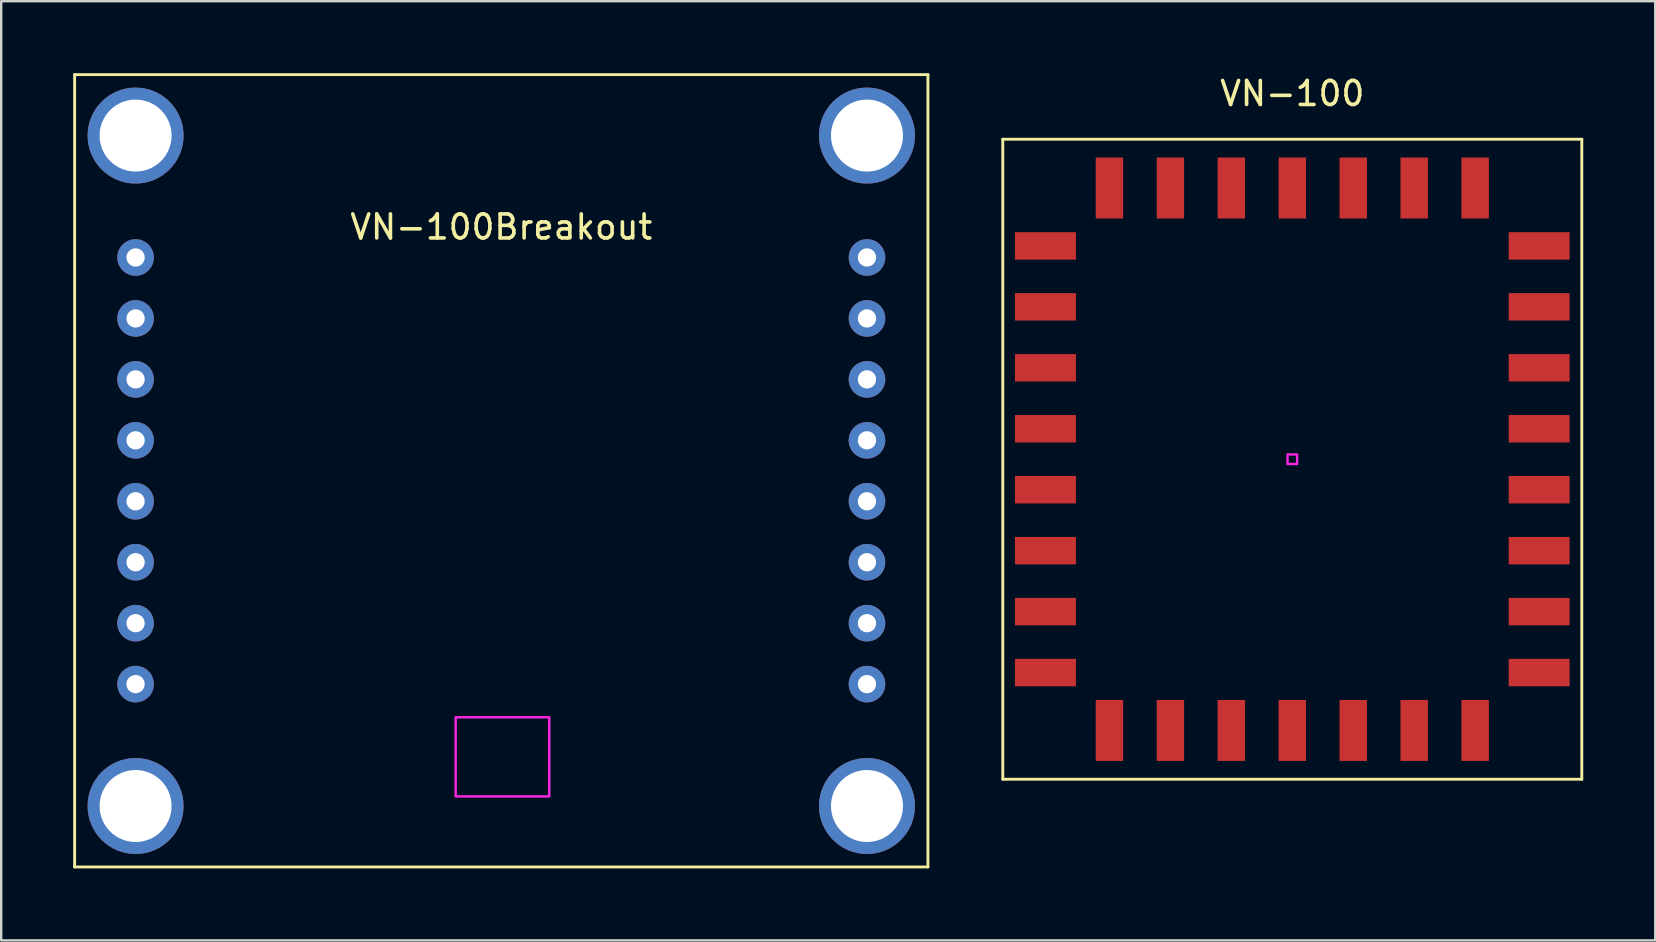
<source format=kicad_pcb>
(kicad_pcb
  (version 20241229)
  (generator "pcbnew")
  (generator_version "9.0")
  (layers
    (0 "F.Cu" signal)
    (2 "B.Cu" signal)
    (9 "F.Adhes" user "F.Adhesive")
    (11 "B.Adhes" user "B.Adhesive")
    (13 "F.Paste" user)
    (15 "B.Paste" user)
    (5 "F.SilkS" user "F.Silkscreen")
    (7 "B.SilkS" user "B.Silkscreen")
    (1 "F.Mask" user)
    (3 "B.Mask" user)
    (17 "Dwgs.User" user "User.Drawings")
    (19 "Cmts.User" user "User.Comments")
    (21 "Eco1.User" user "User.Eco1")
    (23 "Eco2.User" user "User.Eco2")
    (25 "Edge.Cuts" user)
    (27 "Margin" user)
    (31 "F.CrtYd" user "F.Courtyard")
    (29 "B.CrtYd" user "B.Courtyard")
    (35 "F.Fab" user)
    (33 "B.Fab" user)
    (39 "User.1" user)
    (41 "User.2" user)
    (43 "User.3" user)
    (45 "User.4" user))
  (footprint "VN-100Breakout"
    (layer "F.Cu")
    (at 17.84 17.84)
    (property "Reference" "VN-100Breakout" (at 0 -11.43 0) (layer "F.SilkS") (effects (font (size 1 1) (thickness 0.15))))
    (attr through_hole)
    (fp_line (start -17.78 -17.78) (end 17.78 -17.78) (stroke (width 0.12) (type solid)) (layer "F.SilkS"))
    (fp_line (start -17.78 15.24) (end -17.78 -17.78) (stroke (width 0.12) (type solid)) (layer "F.SilkS"))
    (fp_line (start 17.78 -17.78) (end 17.78 15.24) (stroke (width 0.12) (type solid)) (layer "F.SilkS"))
    (fp_line (start 17.78 15.24) (end -17.78 15.24) (stroke (width 0.12) (type solid)) (layer "F.SilkS"))
    (fp_poly (pts (xy 2 12.3) (xy -1.9 12.3) (xy -1.9 9) (xy 2 9)) (stroke (width 0.1) (type solid)) (fill no) (layer "F.CrtYd"))
    (pad "" thru_hole circle (at -15.24 -15.24) (size 4 4) (drill 3) (layers "*.Cu" "*.Mask"))
    (pad "" thru_hole circle (at -15.24 12.7) (size 4 4) (drill 3) (layers "*.Cu" "*.Mask"))
    (pad "" thru_hole circle (at 15.24 -15.24 180) (size 4 4) (drill 3) (layers "*.Cu" "*.Mask"))
    (pad "" thru_hole circle (at 15.24 12.7) (size 4 4) (drill 3) (layers "*.Cu" "*.Mask"))
    (pad "1" thru_hole circle (at -15.24 -10.16) (size 1.524 1.524) (drill 0.762) (layers "*.Cu" "*.Mask"))
    (pad "2" thru_hole circle (at -15.24 -7.62) (size 1.524 1.524) (drill 0.762) (layers "*.Cu" "*.Mask"))
    (pad "3" thru_hole circle (at -15.24 -5.08) (size 1.524 1.524) (drill 0.762) (layers "*.Cu" "*.Mask"))
    (pad "4" thru_hole circle (at -15.24 -2.54) (size 1.524 1.524) (drill 0.762) (layers "*.Cu" "*.Mask"))
    (pad "5" thru_hole circle (at -15.24 0) (size 1.524 1.524) (drill 0.762) (layers "*.Cu" "*.Mask"))
    (pad "6" thru_hole circle (at -15.24 2.54) (size 1.524 1.524) (drill 0.762) (layers "*.Cu" "*.Mask"))
    (pad "7" thru_hole circle (at -15.24 5.08) (size 1.524 1.524) (drill 0.762) (layers "*.Cu" "*.Mask"))
    (pad "8" thru_hole circle (at -15.24 7.62) (size 1.524 1.524) (drill 0.762) (layers "*.Cu" "*.Mask"))
    (pad "9" thru_hole circle (at 15.24 7.62) (size 1.524 1.524) (drill 0.762) (layers "*.Cu" "*.Mask"))
    (pad "10" thru_hole circle (at 15.24 5.08) (size 1.524 1.524) (drill 0.762) (layers "*.Cu" "*.Mask"))
    (pad "11" thru_hole circle (at 15.24 2.54) (size 1.524 1.524) (drill 0.762) (layers "*.Cu" "*.Mask"))
    (pad "12" thru_hole circle (at 15.24 0) (size 1.524 1.524) (drill 0.762) (layers "*.Cu" "*.Mask"))
    (pad "13" thru_hole circle (at 15.24 -2.54) (size 1.524 1.524) (drill 0.762) (layers "*.Cu" "*.Mask"))
    (pad "14" thru_hole circle (at 15.24 -5.08) (size 1.524 1.524) (drill 0.762) (layers "*.Cu" "*.Mask"))
    (pad "15" thru_hole circle (at 15.24 -7.62) (size 1.524 1.524) (drill 0.762) (layers "*.Cu" "*.Mask"))
    (pad "16" thru_hole circle (at 15.24 -10.16) (size 1.524 1.524) (drill 0.762) (layers "*.Cu" "*.Mask")))
  (footprint "VN-100"
    (layer "F.Cu")
    (at 50.805 16.088)
    (property "Reference" "VN-100" (at 0 -15.24 0) (layer "F.SilkS") (effects (font (size 1 1) (thickness 0.15))))
    (attr through_hole)
    (fp_line (start -12.065 -13.335) (end 12.065 -13.335) (stroke (width 0.12) (type solid)) (layer "F.SilkS"))
    (fp_line (start -12.065 13.335) (end -12.065 -13.335) (stroke (width 0.12) (type solid)) (layer "F.SilkS"))
    (fp_line (start 12.065 -13.335) (end 12.065 13.335) (stroke (width 0.12) (type solid)) (layer "F.SilkS"))
    (fp_line (start 12.065 13.335) (end -12.065 13.335) (stroke (width 0.12) (type solid)) (layer "F.SilkS"))
    (fp_poly (pts (xy 0.2 0.2) (xy -0.2 0.2) (xy -0.2 -0.2) (xy 0.2 -0.2)) (stroke (width 0.1) (type solid)) (fill no) (layer "F.CrtYd"))
    (pad "1" smd rect (at 10.287 8.89 90) (size 1.143 2.54) (layers "F.Cu" "F.Mask" "F.Paste"))
    (pad "2" smd rect (at 10.287 6.35 90) (size 1.143 2.54) (layers "F.Cu" "F.Mask" "F.Paste"))
    (pad "3" smd rect (at 10.287 3.81 90) (size 1.143 2.54) (layers "F.Cu" "F.Mask" "F.Paste"))
    (pad "4" smd rect (at 10.287 1.27 90) (size 1.143 2.54) (layers "F.Cu" "F.Mask" "F.Paste"))
    (pad "5" smd rect (at 10.287 -1.27 90) (size 1.143 2.54) (layers "F.Cu" "F.Mask" "F.Paste"))
    (pad "6" smd rect (at 10.287 -3.81 90) (size 1.143 2.54) (layers "F.Cu" "F.Mask" "F.Paste"))
    (pad "7" smd rect (at 10.287 -6.35 90) (size 1.143 2.54) (layers "F.Cu" "F.Mask" "F.Paste"))
    (pad "8" smd rect (at 10.287 -8.89 90) (size 1.143 2.54) (layers "F.Cu" "F.Mask" "F.Paste"))
    (pad "9" smd rect (at 7.62 -11.303) (size 1.143 2.54) (layers "F.Cu" "F.Mask" "F.Paste"))
    (pad "10" smd rect (at 5.08 -11.303) (size 1.143 2.54) (layers "F.Cu" "F.Mask" "F.Paste"))
    (pad "11" smd rect (at 2.54 -11.303) (size 1.143 2.54) (layers "F.Cu" "F.Mask" "F.Paste"))
    (pad "12" smd rect (at 0 -11.303) (size 1.143 2.54) (layers "F.Cu" "F.Mask" "F.Paste"))
    (pad "13" smd rect (at -2.54 -11.303) (size 1.143 2.54) (layers "F.Cu" "F.Mask" "F.Paste"))
    (pad "14" smd rect (at -5.08 -11.303) (size 1.143 2.54) (layers "F.Cu" "F.Mask" "F.Paste"))
    (pad "15" smd rect (at -7.62 -11.303) (size 1.143 2.54) (layers "F.Cu" "F.Mask" "F.Paste"))
    (pad "16" smd rect (at -10.287 -8.89 90) (size 1.143 2.54) (layers "F.Cu" "F.Mask" "F.Paste"))
    (pad "17" smd rect (at -10.287 -6.35 90) (size 1.143 2.54) (layers "F.Cu" "F.Mask" "F.Paste"))
    (pad "18" smd rect (at -10.287 -3.81 90) (size 1.143 2.54) (layers "F.Cu" "F.Mask" "F.Paste"))
    (pad "19" smd rect (at -10.287 -1.27 90) (size 1.143 2.54) (layers "F.Cu" "F.Mask" "F.Paste"))
    (pad "20" smd rect (at -10.287 1.27 90) (size 1.143 2.54) (layers "F.Cu" "F.Mask" "F.Paste"))
    (pad "21" smd rect (at -10.287 3.81 90) (size 1.143 2.54) (layers "F.Cu" "F.Mask" "F.Paste"))
    (pad "22" smd rect (at -10.287 6.35 90) (size 1.143 2.54) (layers "F.Cu" "F.Mask" "F.Paste"))
    (pad "23" smd rect (at -10.287 8.89 90) (size 1.143 2.54) (layers "F.Cu" "F.Mask" "F.Paste"))
    (pad "24" smd rect (at -7.62 11.303 180) (size 1.143 2.54) (layers "F.Cu" "F.Mask" "F.Paste"))
    (pad "25" smd rect (at -5.08 11.303 180) (size 1.143 2.54) (layers "F.Cu" "F.Mask" "F.Paste"))
    (pad "26" smd rect (at -2.54 11.303 180) (size 1.143 2.54) (layers "F.Cu" "F.Mask" "F.Paste"))
    (pad "27" smd rect (at 0 11.303 180) (size 1.143 2.54) (layers "F.Cu" "F.Mask" "F.Paste"))
    (pad "28" smd rect (at 2.54 11.303 180) (size 1.143 2.54) (layers "F.Cu" "F.Mask" "F.Paste"))
    (pad "29" smd rect (at 5.08 11.303 180) (size 1.143 2.54) (layers "F.Cu" "F.Mask" "F.Paste"))
    (pad "30" smd rect (at 7.62 11.303) (size 1.143 2.54) (layers "F.Cu" "F.Mask" "F.Paste")))
  (gr_rect
    (start -3 -3)
    (end 65.93 36.14)
    (stroke (width 0.1) (type default))
    (fill no)
    (layer "Edge.Cuts")))
</source>
